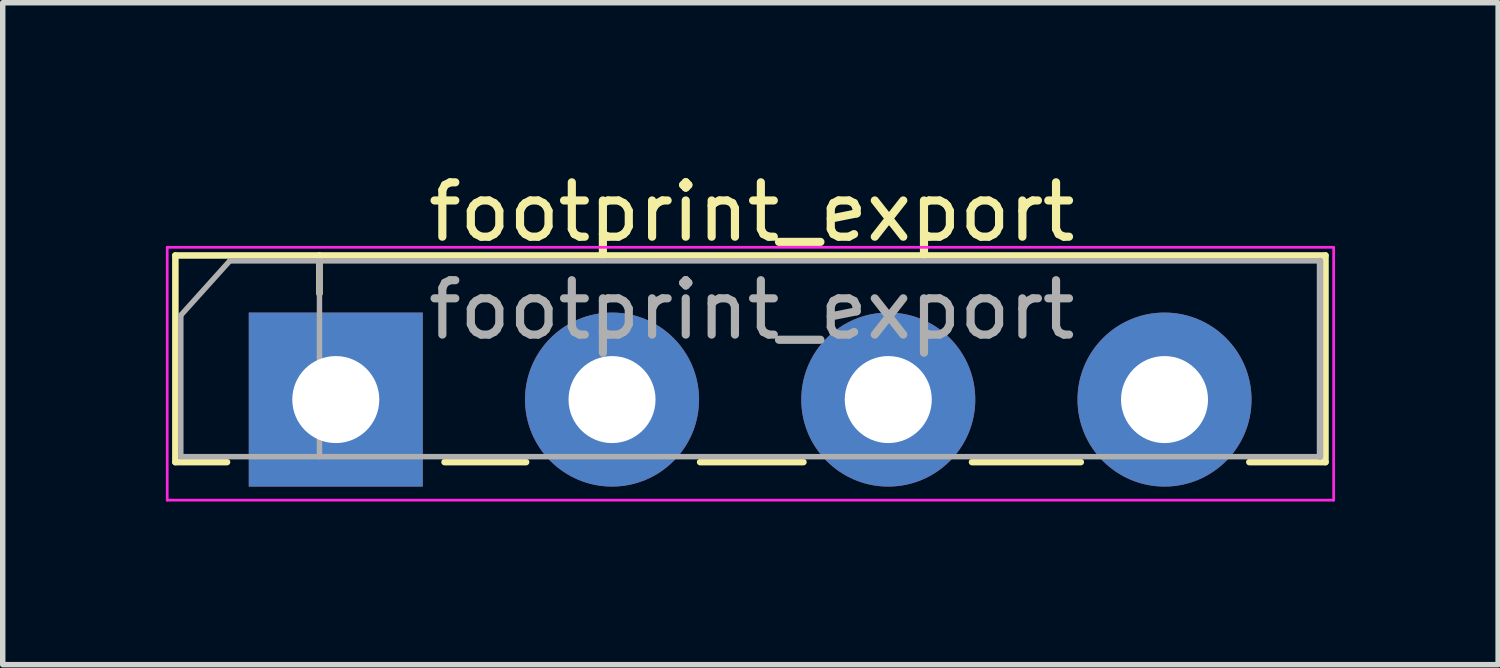
<source format=kicad_pcb>
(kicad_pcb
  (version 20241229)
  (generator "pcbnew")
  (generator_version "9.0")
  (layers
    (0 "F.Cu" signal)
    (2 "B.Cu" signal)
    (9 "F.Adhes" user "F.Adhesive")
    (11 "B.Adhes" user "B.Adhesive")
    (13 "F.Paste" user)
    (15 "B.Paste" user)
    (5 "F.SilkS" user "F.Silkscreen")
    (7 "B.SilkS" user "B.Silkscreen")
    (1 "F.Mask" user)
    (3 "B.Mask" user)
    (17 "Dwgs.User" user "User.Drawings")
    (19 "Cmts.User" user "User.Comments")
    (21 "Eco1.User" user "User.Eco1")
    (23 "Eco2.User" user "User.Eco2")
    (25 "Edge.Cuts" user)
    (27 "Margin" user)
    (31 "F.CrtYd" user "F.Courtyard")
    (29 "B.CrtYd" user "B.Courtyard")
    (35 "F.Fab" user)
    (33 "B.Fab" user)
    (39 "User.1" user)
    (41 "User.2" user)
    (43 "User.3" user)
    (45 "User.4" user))
  (footprint "footprint_export"
    (layer "F.Cu")
    (at 3.125 4.298)
    (property "Reference" "footprint_export" (at 7.65 -3.45 0) (layer "F.SilkS") (effects (font (size 1 1) (thickness 0.15))))
    (attr through_hole)
    (fp_line (start -2.95 -2.65) (end -2.95 1.15) (stroke (width 0.12) (type solid)) (layer "F.SilkS"))
    (fp_line (start -2.95 1.15) (end -2 1.15) (stroke (width 0.12) (type solid)) (layer "F.SilkS"))
    (fp_line (start -0.3 -2.65) (end -0.3 -1.95) (stroke (width 0.12) (type solid)) (layer "F.SilkS"))
    (fp_line (start 2 1.15) (end 3.5 1.15) (stroke (width 0.12) (type solid)) (layer "F.SilkS"))
    (fp_line (start 6.7 1.15) (end 8.6 1.15) (stroke (width 0.12) (type solid)) (layer "F.SilkS"))
    (fp_line (start 11.7 1.15) (end 13.7 1.15) (stroke (width 0.12) (type solid)) (layer "F.SilkS"))
    (fp_line (start 16.8 1.15) (end 18.2 1.15) (stroke (width 0.12) (type solid)) (layer "F.SilkS"))
    (fp_line (start 18.2 -2.65) (end -2.95 -2.65) (stroke (width 0.12) (type solid)) (layer "F.SilkS"))
    (fp_line (start 18.2 1.15) (end 18.2 -2.65) (stroke (width 0.12) (type solid)) (layer "F.SilkS"))
    (fp_line (start -3.1 1.85) (end -3.1 -2.8) (stroke (width 0.05) (type solid)) (layer "F.CrtYd"))
    (fp_line (start -3.1 1.85) (end 18.35 1.85) (stroke (width 0.05) (type solid)) (layer "F.CrtYd"))
    (fp_line (start 18.35 -2.8) (end -3.1 -2.8) (stroke (width 0.05) (type solid)) (layer "F.CrtYd"))
    (fp_line (start 18.35 -2.8) (end 18.35 1.85) (stroke (width 0.05) (type solid)) (layer "F.CrtYd"))
    (fp_line (start -2.85 -1.55) (end -2.85 1.05) (stroke (width 0.1) (type solid)) (layer "F.Fab"))
    (fp_line (start -2.85 1.05) (end 18.1 1.05) (stroke (width 0.1) (type solid)) (layer "F.Fab"))
    (fp_line (start -1.95 -2.55) (end -2.85 -1.55) (stroke (width 0.1) (type solid)) (layer "F.Fab"))
    (fp_line (start -0.3 -2.55) (end -0.3 1.05) (stroke (width 0.1) (type solid)) (layer "F.Fab"))
    (fp_line (start 18.1 -2.55) (end -1.95 -2.55) (stroke (width 0.1) (type solid)) (layer "F.Fab"))
    (fp_line (start 18.1 1.05) (end 18.1 -2.55) (stroke (width 0.12) (type solid)) (layer "F.Fab"))
    (fp_text user "${REFERENCE}" (at 7.65 -1.65 0) (layer "F.Fab") (effects (font (size 1 1) (thickness 0.15))))
    (pad "1" thru_hole rect (at 0 0 180) (size 3.2 3.2) (drill 1.6) (layers "*.Cu" "*.Mask"))
    (pad "2" thru_hole circle (at 5.08 0 180) (size 3.2 3.2) (drill 1.6) (layers "*.Cu" "*.Mask"))
    (pad "3" thru_hole circle (at 10.16 0 180) (size 3.2 3.2) (drill 1.6) (layers "*.Cu" "*.Mask"))
    (pad "4" thru_hole circle (at 15.24 0 180) (size 3.2 3.2) (drill 1.6) (layers "*.Cu" "*.Mask")))
  (gr_rect
    (start -3 -3)
    (end 24.5 9.173)
    (stroke (width 0.1) (type default))
    (fill no)
    (layer "Edge.Cuts")))
</source>
